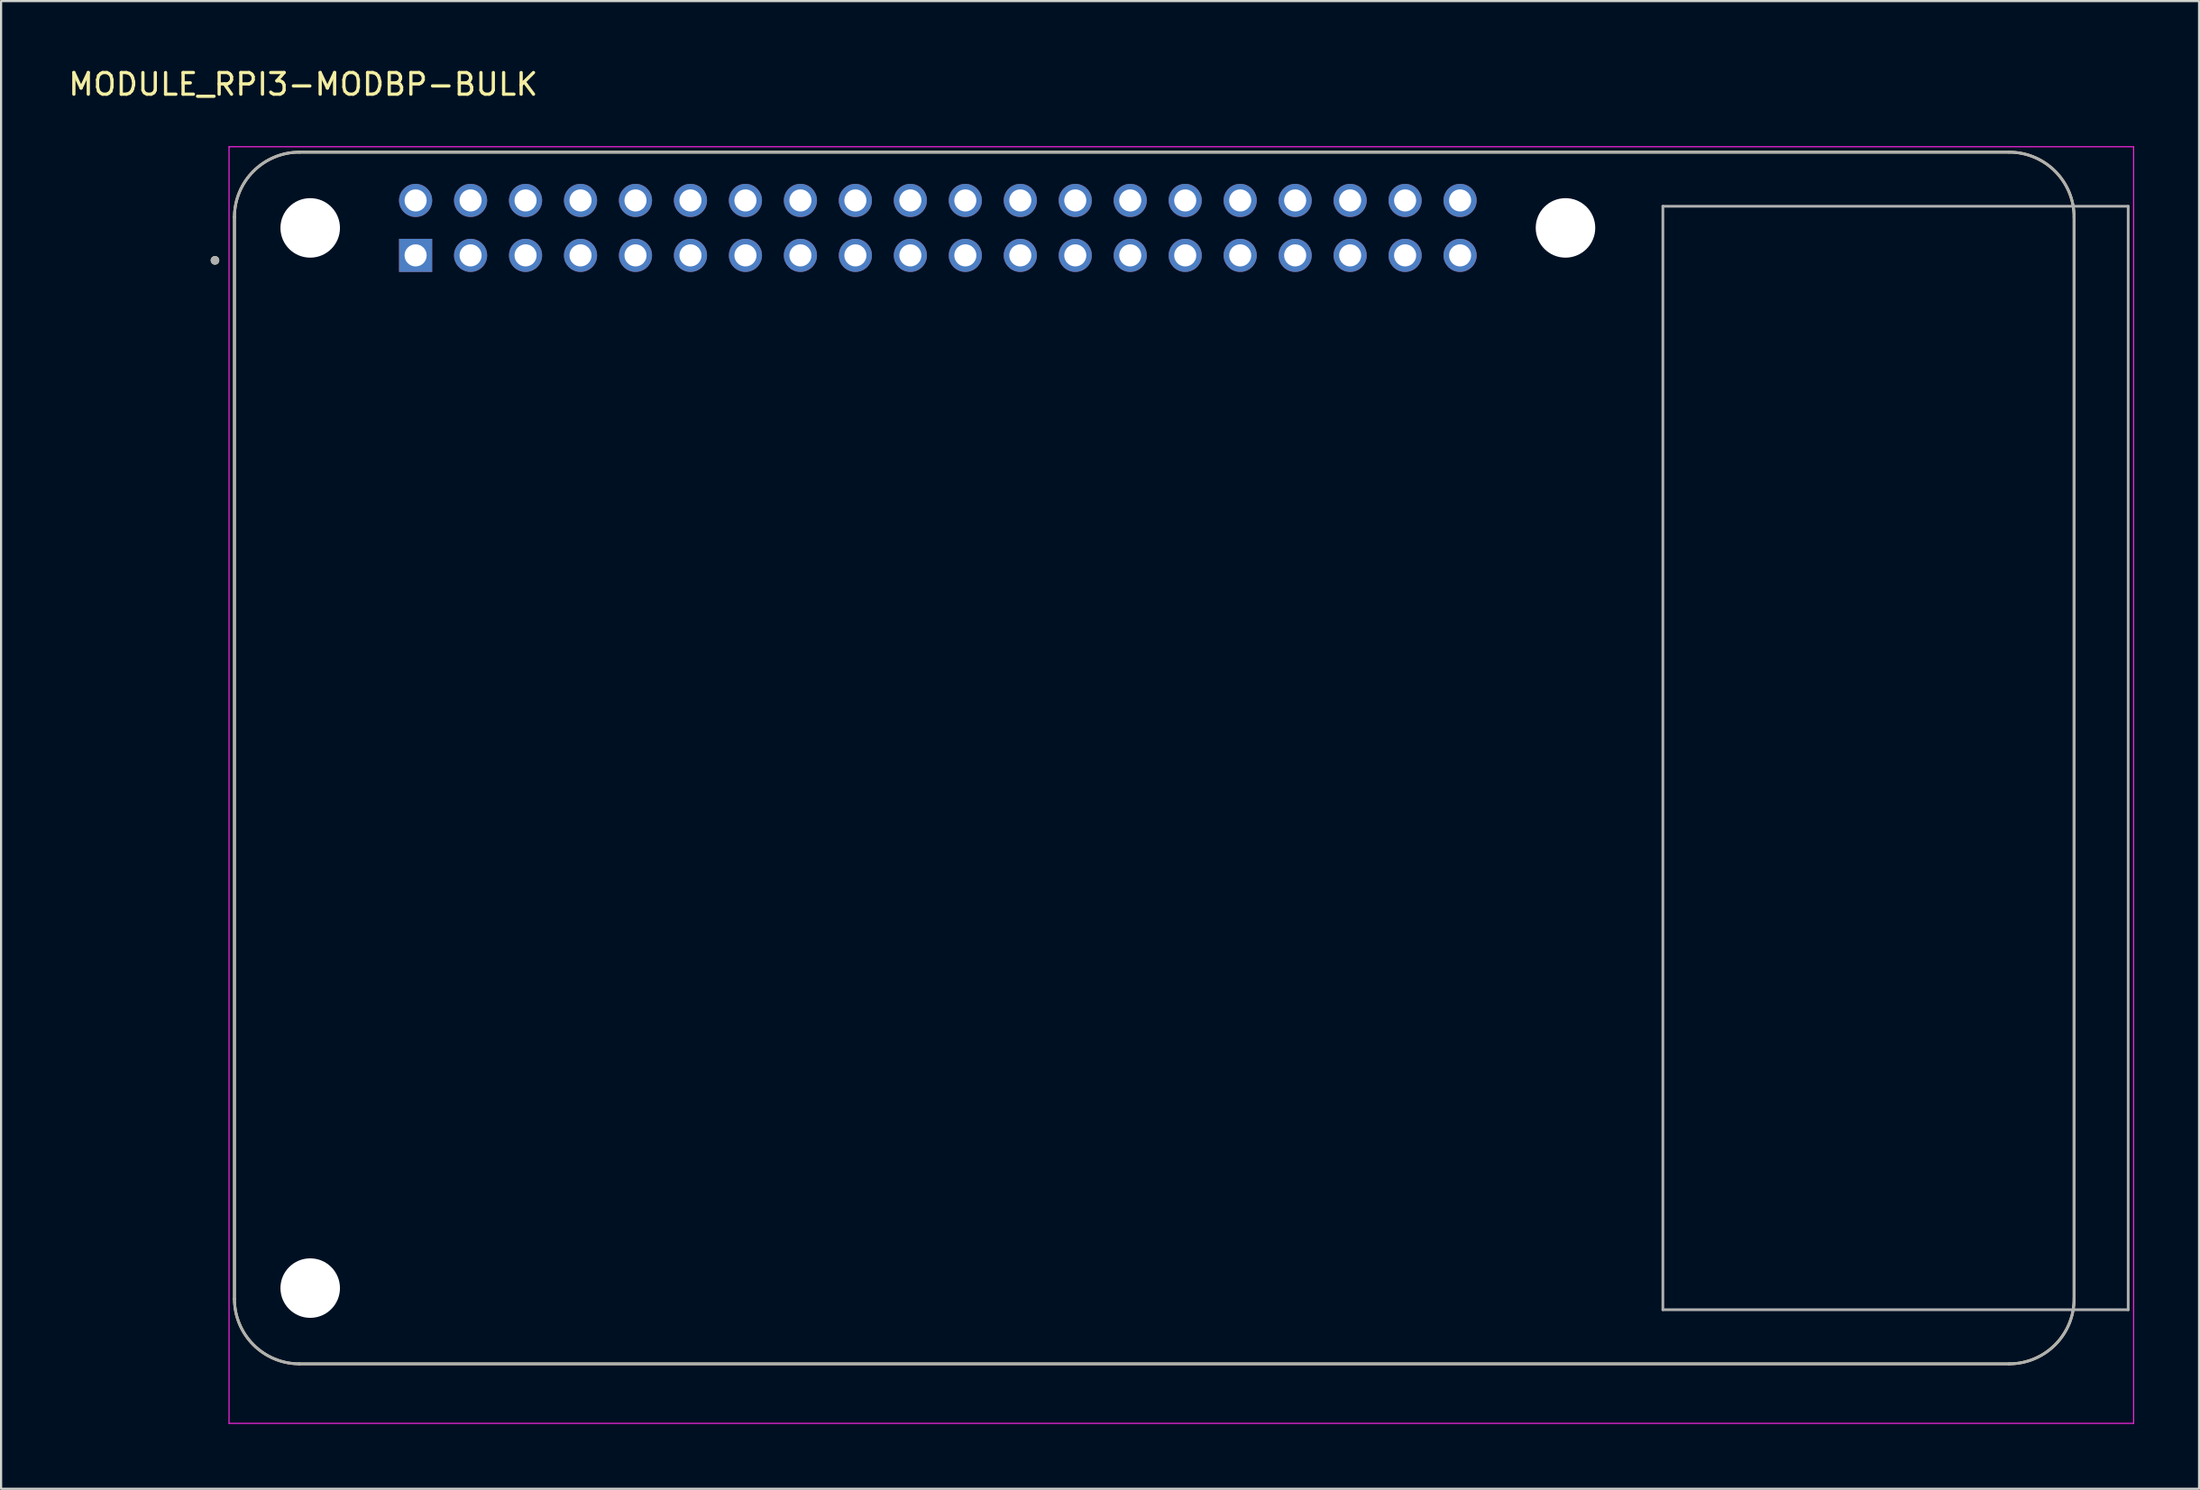
<source format=kicad_pcb>
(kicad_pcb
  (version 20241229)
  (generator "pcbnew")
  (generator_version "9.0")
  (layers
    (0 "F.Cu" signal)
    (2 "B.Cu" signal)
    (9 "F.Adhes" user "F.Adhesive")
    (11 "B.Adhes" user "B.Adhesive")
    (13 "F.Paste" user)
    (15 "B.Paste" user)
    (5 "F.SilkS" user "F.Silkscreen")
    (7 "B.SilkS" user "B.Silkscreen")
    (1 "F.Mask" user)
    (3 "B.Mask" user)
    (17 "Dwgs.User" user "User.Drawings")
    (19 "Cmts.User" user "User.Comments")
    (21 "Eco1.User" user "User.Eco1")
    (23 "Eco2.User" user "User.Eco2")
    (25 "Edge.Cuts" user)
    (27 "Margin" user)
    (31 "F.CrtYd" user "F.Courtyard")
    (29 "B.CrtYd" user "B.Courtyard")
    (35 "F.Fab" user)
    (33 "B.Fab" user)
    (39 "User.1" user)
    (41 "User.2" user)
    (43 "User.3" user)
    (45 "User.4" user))
  (footprint "MODULE_RPI3-MODBP-BULK"
    (layer "F.Cu")
    (at 50.283 31.983)
    (property "Reference" "MODULE_RPI3-MODBP-BULK" (at -39.325 -31.135 0) (layer "F.SilkS") (effects (font (size 1 1) (thickness 0.15))))
    (attr through_hole)
    (fp_circle (center -39 -24.5) (end -37.5 -24.5) (stroke (width 3) (type solid)) (fill no) (layer "F.Mask"))
    (fp_circle (center -39 24.5) (end -37.5 24.5) (stroke (width 3) (type solid)) (fill no) (layer "F.Mask"))
    (fp_circle (center 19 -24.5) (end 20.5 -24.5) (stroke (width 3) (type solid)) (fill no) (layer "F.Mask"))
    (fp_circle (center -39 -24.5) (end -37.5 -24.5) (stroke (width 3) (type solid)) (fill no) (layer "B.Mask"))
    (fp_circle (center -39 24.5) (end -37.5 24.5) (stroke (width 3) (type solid)) (fill no) (layer "B.Mask"))
    (fp_circle (center 19 -24.5) (end 20.5 -24.5) (stroke (width 3) (type solid)) (fill no) (layer "B.Mask"))
    (fp_line (start -42.5 -25) (end -42.5 25) (stroke (width 0.127) (type solid)) (layer "F.SilkS"))
    (fp_line (start -39.5 28) (end 39.5 28) (stroke (width 0.127) (type solid)) (layer "F.SilkS"))
    (fp_line (start 39.5 -28) (end -39.5 -28) (stroke (width 0.127) (type solid)) (layer "F.SilkS"))
    (fp_line (start 42.5 25) (end 42.5 -25) (stroke (width 0.127) (type solid)) (layer "F.SilkS"))
    (fp_arc (start -42.5 -25) (mid -41.62132 -27.12132) (end -39.5 -28) (stroke (width 0.127) (type solid)) (layer "F.SilkS"))
    (fp_arc (start -39.5 28) (mid -41.62132 27.12132) (end -42.5 25) (stroke (width 0.127) (type solid)) (layer "F.SilkS"))
    (fp_arc (start 39.5 -28) (mid 41.62132 -27.12132) (end 42.5 -25) (stroke (width 0.127) (type solid)) (layer "F.SilkS"))
    (fp_arc (start 42.5 25) (mid 41.62132 27.12132) (end 39.5 28) (stroke (width 0.127) (type solid)) (layer "F.SilkS"))
    (fp_circle (center -43.4 -23) (end -43.3 -23) (stroke (width 0.2) (type solid)) (fill no) (layer "F.SilkS"))
    (fp_line (start -42.75 -28.25) (end 45.25 -28.25) (stroke (width 0.05) (type solid)) (layer "F.CrtYd"))
    (fp_line (start -42.75 30.75) (end -42.75 -28.25) (stroke (width 0.05) (type solid)) (layer "F.CrtYd"))
    (fp_line (start 45.25 -28.25) (end 45.25 30.75) (stroke (width 0.05) (type solid)) (layer "F.CrtYd"))
    (fp_line (start 45.25 30.75) (end -42.75 30.75) (stroke (width 0.05) (type solid)) (layer "F.CrtYd"))
    (fp_line (start -42.5 -25) (end -42.5 25) (stroke (width 0.127) (type solid)) (layer "F.Fab"))
    (fp_line (start -39.5 28) (end 39.5 28) (stroke (width 0.127) (type solid)) (layer "F.Fab"))
    (fp_line (start 23.5 -25.5) (end 23.5 25.5) (stroke (width 0.127) (type solid)) (layer "F.Fab"))
    (fp_line (start 23.5 25.5) (end 45 25.5) (stroke (width 0.127) (type solid)) (layer "F.Fab"))
    (fp_line (start 39.5 -28) (end -39.5 -28) (stroke (width 0.127) (type solid)) (layer "F.Fab"))
    (fp_line (start 42.5 25) (end 42.5 -25) (stroke (width 0.127) (type solid)) (layer "F.Fab"))
    (fp_line (start 45 -25.5) (end 23.5 -25.5) (stroke (width 0.127) (type solid)) (layer "F.Fab"))
    (fp_line (start 45 25.5) (end 45 -25.5) (stroke (width 0.127) (type solid)) (layer "F.Fab"))
    (fp_arc (start -42.5 -25) (mid -41.62132 -27.12132) (end -39.5 -28) (stroke (width 0.127) (type solid)) (layer "F.Fab"))
    (fp_arc (start -39.5 28) (mid -41.62132 27.12132) (end -42.5 25) (stroke (width 0.127) (type solid)) (layer "F.Fab"))
    (fp_arc (start 39.5 -28) (mid 41.62132 -27.12132) (end 42.5 -25) (stroke (width 0.127) (type solid)) (layer "F.Fab"))
    (fp_arc (start 42.5 25) (mid 41.62132 27.12132) (end 39.5 28) (stroke (width 0.127) (type solid)) (layer "F.Fab"))
    (fp_circle (center -43.4 -23) (end -43.3 -23) (stroke (width 0.2) (type solid)) (fill no) (layer "F.Fab"))
    (pad "" np_thru_hole circle (at -39 -24.5) (size 2.75 2.75) (drill 2.75) (layers "*.Cu" "*.Mask"))
    (pad "" np_thru_hole circle (at -39 24.5) (size 2.75 2.75) (drill 2.75) (layers "*.Cu" "*.Mask"))
    (pad "" np_thru_hole circle (at 19 -24.5) (size 2.75 2.75) (drill 2.75) (layers "*.Cu" "*.Mask"))
    (pad "1" thru_hole rect (at -34.13 -23.23) (size 1.53 1.53) (drill 1.02) (layers "*.Cu" "*.Mask"))
    (pad "2" thru_hole circle (at -34.13 -25.77) (size 1.53 1.53) (drill 1.02) (layers "*.Cu" "*.Mask"))
    (pad "3" thru_hole circle (at -31.59 -23.23) (size 1.53 1.53) (drill 1.02) (layers "*.Cu" "*.Mask"))
    (pad "4" thru_hole circle (at -31.59 -25.77) (size 1.53 1.53) (drill 1.02) (layers "*.Cu" "*.Mask"))
    (pad "5" thru_hole circle (at -29.05 -23.23) (size 1.53 1.53) (drill 1.02) (layers "*.Cu" "*.Mask"))
    (pad "6" thru_hole circle (at -29.05 -25.77) (size 1.53 1.53) (drill 1.02) (layers "*.Cu" "*.Mask"))
    (pad "7" thru_hole circle (at -26.51 -23.23) (size 1.53 1.53) (drill 1.02) (layers "*.Cu" "*.Mask"))
    (pad "8" thru_hole circle (at -26.51 -25.77) (size 1.53 1.53) (drill 1.02) (layers "*.Cu" "*.Mask"))
    (pad "9" thru_hole circle (at -23.97 -23.23) (size 1.53 1.53) (drill 1.02) (layers "*.Cu" "*.Mask"))
    (pad "10" thru_hole circle (at -23.97 -25.77) (size 1.53 1.53) (drill 1.02) (layers "*.Cu" "*.Mask"))
    (pad "11" thru_hole circle (at -21.43 -23.23) (size 1.53 1.53) (drill 1.02) (layers "*.Cu" "*.Mask"))
    (pad "12" thru_hole circle (at -21.43 -25.77) (size 1.53 1.53) (drill 1.02) (layers "*.Cu" "*.Mask"))
    (pad "13" thru_hole circle (at -18.89 -23.23) (size 1.53 1.53) (drill 1.02) (layers "*.Cu" "*.Mask"))
    (pad "14" thru_hole circle (at -18.89 -25.77) (size 1.53 1.53) (drill 1.02) (layers "*.Cu" "*.Mask"))
    (pad "15" thru_hole circle (at -16.35 -23.23) (size 1.53 1.53) (drill 1.02) (layers "*.Cu" "*.Mask"))
    (pad "16" thru_hole circle (at -16.35 -25.77) (size 1.53 1.53) (drill 1.02) (layers "*.Cu" "*.Mask"))
    (pad "17" thru_hole circle (at -13.81 -23.23) (size 1.53 1.53) (drill 1.02) (layers "*.Cu" "*.Mask"))
    (pad "18" thru_hole circle (at -13.81 -25.77) (size 1.53 1.53) (drill 1.02) (layers "*.Cu" "*.Mask"))
    (pad "19" thru_hole circle (at -11.27 -23.23) (size 1.53 1.53) (drill 1.02) (layers "*.Cu" "*.Mask"))
    (pad "20" thru_hole circle (at -11.27 -25.77) (size 1.53 1.53) (drill 1.02) (layers "*.Cu" "*.Mask"))
    (pad "21" thru_hole circle (at -8.73 -23.23) (size 1.53 1.53) (drill 1.02) (layers "*.Cu" "*.Mask"))
    (pad "22" thru_hole circle (at -8.73 -25.77) (size 1.53 1.53) (drill 1.02) (layers "*.Cu" "*.Mask"))
    (pad "23" thru_hole circle (at -6.19 -23.23) (size 1.53 1.53) (drill 1.02) (layers "*.Cu" "*.Mask"))
    (pad "24" thru_hole circle (at -6.19 -25.77) (size 1.53 1.53) (drill 1.02) (layers "*.Cu" "*.Mask"))
    (pad "25" thru_hole circle (at -3.65 -23.23) (size 1.53 1.53) (drill 1.02) (layers "*.Cu" "*.Mask"))
    (pad "26" thru_hole circle (at -3.65 -25.77) (size 1.53 1.53) (drill 1.02) (layers "*.Cu" "*.Mask"))
    (pad "27" thru_hole circle (at -1.11 -23.23) (size 1.53 1.53) (drill 1.02) (layers "*.Cu" "*.Mask"))
    (pad "28" thru_hole circle (at -1.11 -25.77) (size 1.53 1.53) (drill 1.02) (layers "*.Cu" "*.Mask"))
    (pad "29" thru_hole circle (at 1.43 -23.23) (size 1.53 1.53) (drill 1.02) (layers "*.Cu" "*.Mask"))
    (pad "30" thru_hole circle (at 1.43 -25.77) (size 1.53 1.53) (drill 1.02) (layers "*.Cu" "*.Mask"))
    (pad "31" thru_hole circle (at 3.97 -23.23) (size 1.53 1.53) (drill 1.02) (layers "*.Cu" "*.Mask"))
    (pad "32" thru_hole circle (at 3.97 -25.77) (size 1.53 1.53) (drill 1.02) (layers "*.Cu" "*.Mask"))
    (pad "33" thru_hole circle (at 6.51 -23.23) (size 1.53 1.53) (drill 1.02) (layers "*.Cu" "*.Mask"))
    (pad "34" thru_hole circle (at 6.51 -25.77) (size 1.53 1.53) (drill 1.02) (layers "*.Cu" "*.Mask"))
    (pad "35" thru_hole circle (at 9.05 -23.23) (size 1.53 1.53) (drill 1.02) (layers "*.Cu" "*.Mask"))
    (pad "36" thru_hole circle (at 9.05 -25.77) (size 1.53 1.53) (drill 1.02) (layers "*.Cu" "*.Mask"))
    (pad "37" thru_hole circle (at 11.59 -23.23) (size 1.53 1.53) (drill 1.02) (layers "*.Cu" "*.Mask"))
    (pad "38" thru_hole circle (at 11.59 -25.77) (size 1.53 1.53) (drill 1.02) (layers "*.Cu" "*.Mask"))
    (pad "39" thru_hole circle (at 14.13 -23.23) (size 1.53 1.53) (drill 1.02) (layers "*.Cu" "*.Mask"))
    (pad "40" thru_hole circle (at 14.13 -25.77) (size 1.53 1.53) (drill 1.02) (layers "*.Cu" "*.Mask"))
    (zone (net_name "") (layer "F.Cu") (hatch full 0.508) (connect_pads) (min_thickness 3) (filled_areas_thickness no) (keepout (tracks not_allowed) (vias not_allowed) (pads not_allowed) (copperpour not_allowed) (footprints allowed)) (placement (enabled no)) (fill) (polygon (pts (xy 14.283 7.483) (xy 14.269 7.777) (xy 14.226 8.069) (xy 14.154 8.354) (xy 14.055 8.631) (xy 13.929 8.897) (xy 13.778 9.15) (xy 13.602 9.386) (xy 13.405 9.605) (xy 13.187 9.802) (xy 12.95 9.978) (xy 12.698 10.129) (xy 12.431 10.255) (xy 12.154 10.354) (xy 11.869 10.426) (xy 11.577 10.469) (xy 11.283 10.483) (xy 10.989 10.469) (xy 10.698 10.426) (xy 10.412 10.354) (xy 10.135 10.255) (xy 9.869 10.129) (xy 9.617 9.978) (xy 9.38 9.802) (xy 9.162 9.605) (xy 8.964 9.386) (xy 8.789 9.15) (xy 8.638 8.897) (xy 8.512 8.631) (xy 8.413 8.354) (xy 8.341 8.069) (xy 8.298 7.777) (xy 8.283 7.483) (xy 8.298 7.189) (xy 8.341 6.898) (xy 8.413 6.612) (xy 8.512 6.335) (xy 8.638 6.069) (xy 8.789 5.817) (xy 8.964 5.58) (xy 9.162 5.362) (xy 9.38 5.164) (xy 9.617 4.989) (xy 9.869 4.837) (xy 10.135 4.712) (xy 10.412 4.612) (xy 10.698 4.541) (xy 10.989 4.498) (xy 11.283 4.483) (xy 11.577 4.498) (xy 11.869 4.541) (xy 12.154 4.612) (xy 12.431 4.712) (xy 12.698 4.837) (xy 12.95 4.989) (xy 13.187 5.164) (xy 13.405 5.362) (xy 13.602 5.58) (xy 13.778 5.817) (xy 13.929 6.069) (xy 14.055 6.335) (xy 14.154 6.612) (xy 14.226 6.898) (xy 14.269 7.189))))
    (zone (net_name "") (layer "F.Cu") (hatch full 0.508) (connect_pads) (min_thickness 3) (filled_areas_thickness no) (keepout (tracks not_allowed) (vias not_allowed) (pads not_allowed) (copperpour not_allowed) (footprints allowed)) (placement (enabled no)) (fill) (polygon (pts (xy 14.283 56.483) (xy 14.269 56.777) (xy 14.226 57.069) (xy 14.154 57.354) (xy 14.055 57.631) (xy 13.929 57.897) (xy 13.778 58.15) (xy 13.602 58.386) (xy 13.405 58.605) (xy 13.187 58.802) (xy 12.95 58.978) (xy 12.698 59.129) (xy 12.431 59.255) (xy 12.154 59.354) (xy 11.869 59.426) (xy 11.577 59.469) (xy 11.283 59.483) (xy 10.989 59.469) (xy 10.698 59.426) (xy 10.412 59.354) (xy 10.135 59.255) (xy 9.869 59.129) (xy 9.617 58.978) (xy 9.38 58.802) (xy 9.162 58.605) (xy 8.964 58.386) (xy 8.789 58.15) (xy 8.638 57.897) (xy 8.512 57.631) (xy 8.413 57.354) (xy 8.341 57.069) (xy 8.298 56.777) (xy 8.283 56.483) (xy 8.298 56.189) (xy 8.341 55.898) (xy 8.413 55.612) (xy 8.512 55.335) (xy 8.638 55.069) (xy 8.789 54.817) (xy 8.964 54.58) (xy 9.162 54.362) (xy 9.38 54.164) (xy 9.617 53.989) (xy 9.869 53.837) (xy 10.135 53.712) (xy 10.412 53.612) (xy 10.698 53.541) (xy 10.989 53.498) (xy 11.283 53.483) (xy 11.577 53.498) (xy 11.869 53.541) (xy 12.154 53.612) (xy 12.431 53.712) (xy 12.698 53.837) (xy 12.95 53.989) (xy 13.187 54.164) (xy 13.405 54.362) (xy 13.602 54.58) (xy 13.778 54.817) (xy 13.929 55.069) (xy 14.055 55.335) (xy 14.154 55.612) (xy 14.226 55.898) (xy 14.269 56.189))))
    (zone (net_name "") (layer "F.Cu") (hatch full 0.508) (connect_pads) (min_thickness 3) (filled_areas_thickness no) (keepout (tracks not_allowed) (vias not_allowed) (pads not_allowed) (copperpour not_allowed) (footprints allowed)) (placement (enabled no)) (fill) (polygon (pts (xy 72.283 7.483) (xy 72.269 7.777) (xy 72.226 8.069) (xy 72.154 8.354) (xy 72.055 8.631) (xy 71.929 8.897) (xy 71.778 9.15) (xy 71.602 9.386) (xy 71.405 9.605) (xy 71.187 9.802) (xy 70.95 9.978) (xy 70.698 10.129) (xy 70.431 10.255) (xy 70.154 10.354) (xy 69.869 10.426) (xy 69.577 10.469) (xy 69.283 10.483) (xy 68.989 10.469) (xy 68.698 10.426) (xy 68.412 10.354) (xy 68.135 10.255) (xy 67.869 10.129) (xy 67.617 9.978) (xy 67.38 9.802) (xy 67.162 9.605) (xy 66.964 9.386) (xy 66.789 9.15) (xy 66.638 8.897) (xy 66.512 8.631) (xy 66.413 8.354) (xy 66.341 8.069) (xy 66.298 7.777) (xy 66.283 7.483) (xy 66.298 7.189) (xy 66.341 6.898) (xy 66.413 6.612) (xy 66.512 6.335) (xy 66.638 6.069) (xy 66.789 5.817) (xy 66.964 5.58) (xy 67.162 5.362) (xy 67.38 5.164) (xy 67.617 4.989) (xy 67.869 4.837) (xy 68.135 4.712) (xy 68.412 4.612) (xy 68.698 4.541) (xy 68.989 4.498) (xy 69.283 4.483) (xy 69.577 4.498) (xy 69.869 4.541) (xy 70.154 4.612) (xy 70.431 4.712) (xy 70.698 4.837) (xy 70.95 4.989) (xy 71.187 5.164) (xy 71.405 5.362) (xy 71.602 5.58) (xy 71.778 5.817) (xy 71.929 6.069) (xy 72.055 6.335) (xy 72.154 6.612) (xy 72.226 6.898) (xy 72.269 7.189))))
    (zone (net_name "") (layers "F.Cu" "B.Cu") (hatch full 0.508) (connect_pads) (min_thickness 3) (filled_areas_thickness no) (keepout (tracks allowed) (vias not_allowed) (pads allowed) (copperpour allowed) (footprints allowed)) (placement (enabled no)) (fill) (polygon (pts (xy 14.283 7.483) (xy 14.269 7.777) (xy 14.226 8.069) (xy 14.154 8.354) (xy 14.055 8.631) (xy 13.929 8.897) (xy 13.778 9.15) (xy 13.602 9.386) (xy 13.405 9.605) (xy 13.187 9.802) (xy 12.95 9.978) (xy 12.698 10.129) (xy 12.431 10.255) (xy 12.154 10.354) (xy 11.869 10.426) (xy 11.577 10.469) (xy 11.283 10.483) (xy 10.989 10.469) (xy 10.698 10.426) (xy 10.412 10.354) (xy 10.135 10.255) (xy 9.869 10.129) (xy 9.617 9.978) (xy 9.38 9.802) (xy 9.162 9.605) (xy 8.964 9.386) (xy 8.789 9.15) (xy 8.638 8.897) (xy 8.512 8.631) (xy 8.413 8.354) (xy 8.341 8.069) (xy 8.298 7.777) (xy 8.283 7.483) (xy 8.298 7.189) (xy 8.341 6.898) (xy 8.413 6.612) (xy 8.512 6.335) (xy 8.638 6.069) (xy 8.789 5.817) (xy 8.964 5.58) (xy 9.162 5.362) (xy 9.38 5.164) (xy 9.617 4.989) (xy 9.869 4.837) (xy 10.135 4.712) (xy 10.412 4.612) (xy 10.698 4.541) (xy 10.989 4.498) (xy 11.283 4.483) (xy 11.577 4.498) (xy 11.869 4.541) (xy 12.154 4.612) (xy 12.431 4.712) (xy 12.698 4.837) (xy 12.95 4.989) (xy 13.187 5.164) (xy 13.405 5.362) (xy 13.602 5.58) (xy 13.778 5.817) (xy 13.929 6.069) (xy 14.055 6.335) (xy 14.154 6.612) (xy 14.226 6.898) (xy 14.269 7.189))))
    (zone (net_name "") (layers "F.Cu" "B.Cu") (hatch full 0.508) (connect_pads) (min_thickness 3) (filled_areas_thickness no) (keepout (tracks allowed) (vias not_allowed) (pads allowed) (copperpour allowed) (footprints allowed)) (placement (enabled no)) (fill) (polygon (pts (xy 14.283 56.483) (xy 14.269 56.777) (xy 14.226 57.069) (xy 14.154 57.354) (xy 14.055 57.631) (xy 13.929 57.897) (xy 13.778 58.15) (xy 13.602 58.386) (xy 13.405 58.605) (xy 13.187 58.802) (xy 12.95 58.978) (xy 12.698 59.129) (xy 12.431 59.255) (xy 12.154 59.354) (xy 11.869 59.426) (xy 11.577 59.469) (xy 11.283 59.483) (xy 10.989 59.469) (xy 10.698 59.426) (xy 10.412 59.354) (xy 10.135 59.255) (xy 9.869 59.129) (xy 9.617 58.978) (xy 9.38 58.802) (xy 9.162 58.605) (xy 8.964 58.386) (xy 8.789 58.15) (xy 8.638 57.897) (xy 8.512 57.631) (xy 8.413 57.354) (xy 8.341 57.069) (xy 8.298 56.777) (xy 8.283 56.483) (xy 8.298 56.189) (xy 8.341 55.898) (xy 8.413 55.612) (xy 8.512 55.335) (xy 8.638 55.069) (xy 8.789 54.817) (xy 8.964 54.58) (xy 9.162 54.362) (xy 9.38 54.164) (xy 9.617 53.989) (xy 9.869 53.837) (xy 10.135 53.712) (xy 10.412 53.612) (xy 10.698 53.541) (xy 10.989 53.498) (xy 11.283 53.483) (xy 11.577 53.498) (xy 11.869 53.541) (xy 12.154 53.612) (xy 12.431 53.712) (xy 12.698 53.837) (xy 12.95 53.989) (xy 13.187 54.164) (xy 13.405 54.362) (xy 13.602 54.58) (xy 13.778 54.817) (xy 13.929 55.069) (xy 14.055 55.335) (xy 14.154 55.612) (xy 14.226 55.898) (xy 14.269 56.189))))
    (zone (net_name "") (layers "F.Cu" "B.Cu") (hatch full 0.508) (connect_pads) (min_thickness 3) (filled_areas_thickness no) (keepout (tracks allowed) (vias not_allowed) (pads allowed) (copperpour allowed) (footprints allowed)) (placement (enabled no)) (fill) (polygon (pts (xy 72.283 7.483) (xy 72.269 7.777) (xy 72.226 8.069) (xy 72.154 8.354) (xy 72.055 8.631) (xy 71.929 8.897) (xy 71.778 9.15) (xy 71.602 9.386) (xy 71.405 9.605) (xy 71.187 9.802) (xy 70.95 9.978) (xy 70.698 10.129) (xy 70.431 10.255) (xy 70.154 10.354) (xy 69.869 10.426) (xy 69.577 10.469) (xy 69.283 10.483) (xy 68.989 10.469) (xy 68.698 10.426) (xy 68.412 10.354) (xy 68.135 10.255) (xy 67.869 10.129) (xy 67.617 9.978) (xy 67.38 9.802) (xy 67.162 9.605) (xy 66.964 9.386) (xy 66.789 9.15) (xy 66.638 8.897) (xy 66.512 8.631) (xy 66.413 8.354) (xy 66.341 8.069) (xy 66.298 7.777) (xy 66.283 7.483) (xy 66.298 7.189) (xy 66.341 6.898) (xy 66.413 6.612) (xy 66.512 6.335) (xy 66.638 6.069) (xy 66.789 5.817) (xy 66.964 5.58) (xy 67.162 5.362) (xy 67.38 5.164) (xy 67.617 4.989) (xy 67.869 4.837) (xy 68.135 4.712) (xy 68.412 4.612) (xy 68.698 4.541) (xy 68.989 4.498) (xy 69.283 4.483) (xy 69.577 4.498) (xy 69.869 4.541) (xy 70.154 4.612) (xy 70.431 4.712) (xy 70.698 4.837) (xy 70.95 4.989) (xy 71.187 5.164) (xy 71.405 5.362) (xy 71.602 5.58) (xy 71.778 5.817) (xy 71.929 6.069) (xy 72.055 6.335) (xy 72.154 6.612) (xy 72.226 6.898) (xy 72.269 7.189))))
    (zone (net_name "") (layer "B.Cu") (hatch full 0.508) (connect_pads) (min_thickness 3) (filled_areas_thickness no) (keepout (tracks not_allowed) (vias not_allowed) (pads not_allowed) (copperpour not_allowed) (footprints allowed)) (placement (enabled no)) (fill) (polygon (pts (xy 14.283 7.483) (xy 14.269 7.777) (xy 14.226 8.069) (xy 14.154 8.354) (xy 14.055 8.631) (xy 13.929 8.897) (xy 13.778 9.15) (xy 13.602 9.386) (xy 13.405 9.605) (xy 13.187 9.802) (xy 12.95 9.978) (xy 12.698 10.129) (xy 12.431 10.255) (xy 12.154 10.354) (xy 11.869 10.426) (xy 11.577 10.469) (xy 11.283 10.483) (xy 10.989 10.469) (xy 10.698 10.426) (xy 10.412 10.354) (xy 10.135 10.255) (xy 9.869 10.129) (xy 9.617 9.978) (xy 9.38 9.802) (xy 9.162 9.605) (xy 8.964 9.386) (xy 8.789 9.15) (xy 8.638 8.897) (xy 8.512 8.631) (xy 8.413 8.354) (xy 8.341 8.069) (xy 8.298 7.777) (xy 8.283 7.483) (xy 8.298 7.189) (xy 8.341 6.898) (xy 8.413 6.612) (xy 8.512 6.335) (xy 8.638 6.069) (xy 8.789 5.817) (xy 8.964 5.58) (xy 9.162 5.362) (xy 9.38 5.164) (xy 9.617 4.989) (xy 9.869 4.837) (xy 10.135 4.712) (xy 10.412 4.612) (xy 10.698 4.541) (xy 10.989 4.498) (xy 11.283 4.483) (xy 11.577 4.498) (xy 11.869 4.541) (xy 12.154 4.612) (xy 12.431 4.712) (xy 12.698 4.837) (xy 12.95 4.989) (xy 13.187 5.164) (xy 13.405 5.362) (xy 13.602 5.58) (xy 13.778 5.817) (xy 13.929 6.069) (xy 14.055 6.335) (xy 14.154 6.612) (xy 14.226 6.898) (xy 14.269 7.189))))
    (zone (net_name "") (layer "B.Cu") (hatch full 0.508) (connect_pads) (min_thickness 3) (filled_areas_thickness no) (keepout (tracks not_allowed) (vias not_allowed) (pads not_allowed) (copperpour not_allowed) (footprints allowed)) (placement (enabled no)) (fill) (polygon (pts (xy 14.283 56.483) (xy 14.269 56.777) (xy 14.226 57.069) (xy 14.154 57.354) (xy 14.055 57.631) (xy 13.929 57.897) (xy 13.778 58.15) (xy 13.602 58.386) (xy 13.405 58.605) (xy 13.187 58.802) (xy 12.95 58.978) (xy 12.698 59.129) (xy 12.431 59.255) (xy 12.154 59.354) (xy 11.869 59.426) (xy 11.577 59.469) (xy 11.283 59.483) (xy 10.989 59.469) (xy 10.698 59.426) (xy 10.412 59.354) (xy 10.135 59.255) (xy 9.869 59.129) (xy 9.617 58.978) (xy 9.38 58.802) (xy 9.162 58.605) (xy 8.964 58.386) (xy 8.789 58.15) (xy 8.638 57.897) (xy 8.512 57.631) (xy 8.413 57.354) (xy 8.341 57.069) (xy 8.298 56.777) (xy 8.283 56.483) (xy 8.298 56.189) (xy 8.341 55.898) (xy 8.413 55.612) (xy 8.512 55.335) (xy 8.638 55.069) (xy 8.789 54.817) (xy 8.964 54.58) (xy 9.162 54.362) (xy 9.38 54.164) (xy 9.617 53.989) (xy 9.869 53.837) (xy 10.135 53.712) (xy 10.412 53.612) (xy 10.698 53.541) (xy 10.989 53.498) (xy 11.283 53.483) (xy 11.577 53.498) (xy 11.869 53.541) (xy 12.154 53.612) (xy 12.431 53.712) (xy 12.698 53.837) (xy 12.95 53.989) (xy 13.187 54.164) (xy 13.405 54.362) (xy 13.602 54.58) (xy 13.778 54.817) (xy 13.929 55.069) (xy 14.055 55.335) (xy 14.154 55.612) (xy 14.226 55.898) (xy 14.269 56.189))))
    (zone (net_name "") (layer "B.Cu") (hatch full 0.508) (connect_pads) (min_thickness 3) (filled_areas_thickness no) (keepout (tracks not_allowed) (vias not_allowed) (pads not_allowed) (copperpour not_allowed) (footprints allowed)) (placement (enabled no)) (fill) (polygon (pts (xy 72.283 7.483) (xy 72.269 7.777) (xy 72.226 8.069) (xy 72.154 8.354) (xy 72.055 8.631) (xy 71.929 8.897) (xy 71.778 9.15) (xy 71.602 9.386) (xy 71.405 9.605) (xy 71.187 9.802) (xy 70.95 9.978) (xy 70.698 10.129) (xy 70.431 10.255) (xy 70.154 10.354) (xy 69.869 10.426) (xy 69.577 10.469) (xy 69.283 10.483) (xy 68.989 10.469) (xy 68.698 10.426) (xy 68.412 10.354) (xy 68.135 10.255) (xy 67.869 10.129) (xy 67.617 9.978) (xy 67.38 9.802) (xy 67.162 9.605) (xy 66.964 9.386) (xy 66.789 9.15) (xy 66.638 8.897) (xy 66.512 8.631) (xy 66.413 8.354) (xy 66.341 8.069) (xy 66.298 7.777) (xy 66.283 7.483) (xy 66.298 7.189) (xy 66.341 6.898) (xy 66.413 6.612) (xy 66.512 6.335) (xy 66.638 6.069) (xy 66.789 5.817) (xy 66.964 5.58) (xy 67.162 5.362) (xy 67.38 5.164) (xy 67.617 4.989) (xy 67.869 4.837) (xy 68.135 4.712) (xy 68.412 4.612) (xy 68.698 4.541) (xy 68.989 4.498) (xy 69.283 4.483) (xy 69.577 4.498) (xy 69.869 4.541) (xy 70.154 4.612) (xy 70.431 4.712) (xy 70.698 4.837) (xy 70.95 4.989) (xy 71.187 5.164) (xy 71.405 5.362) (xy 71.602 5.58) (xy 71.778 5.817) (xy 71.929 6.069) (xy 72.055 6.335) (xy 72.154 6.612) (xy 72.226 6.898) (xy 72.269 7.189)))))
  (gr_rect
    (start -3 -3)
    (end 98.558 65.758)
    (stroke (width 0.1) (type default))
    (fill no)
    (layer "Edge.Cuts")))
</source>
